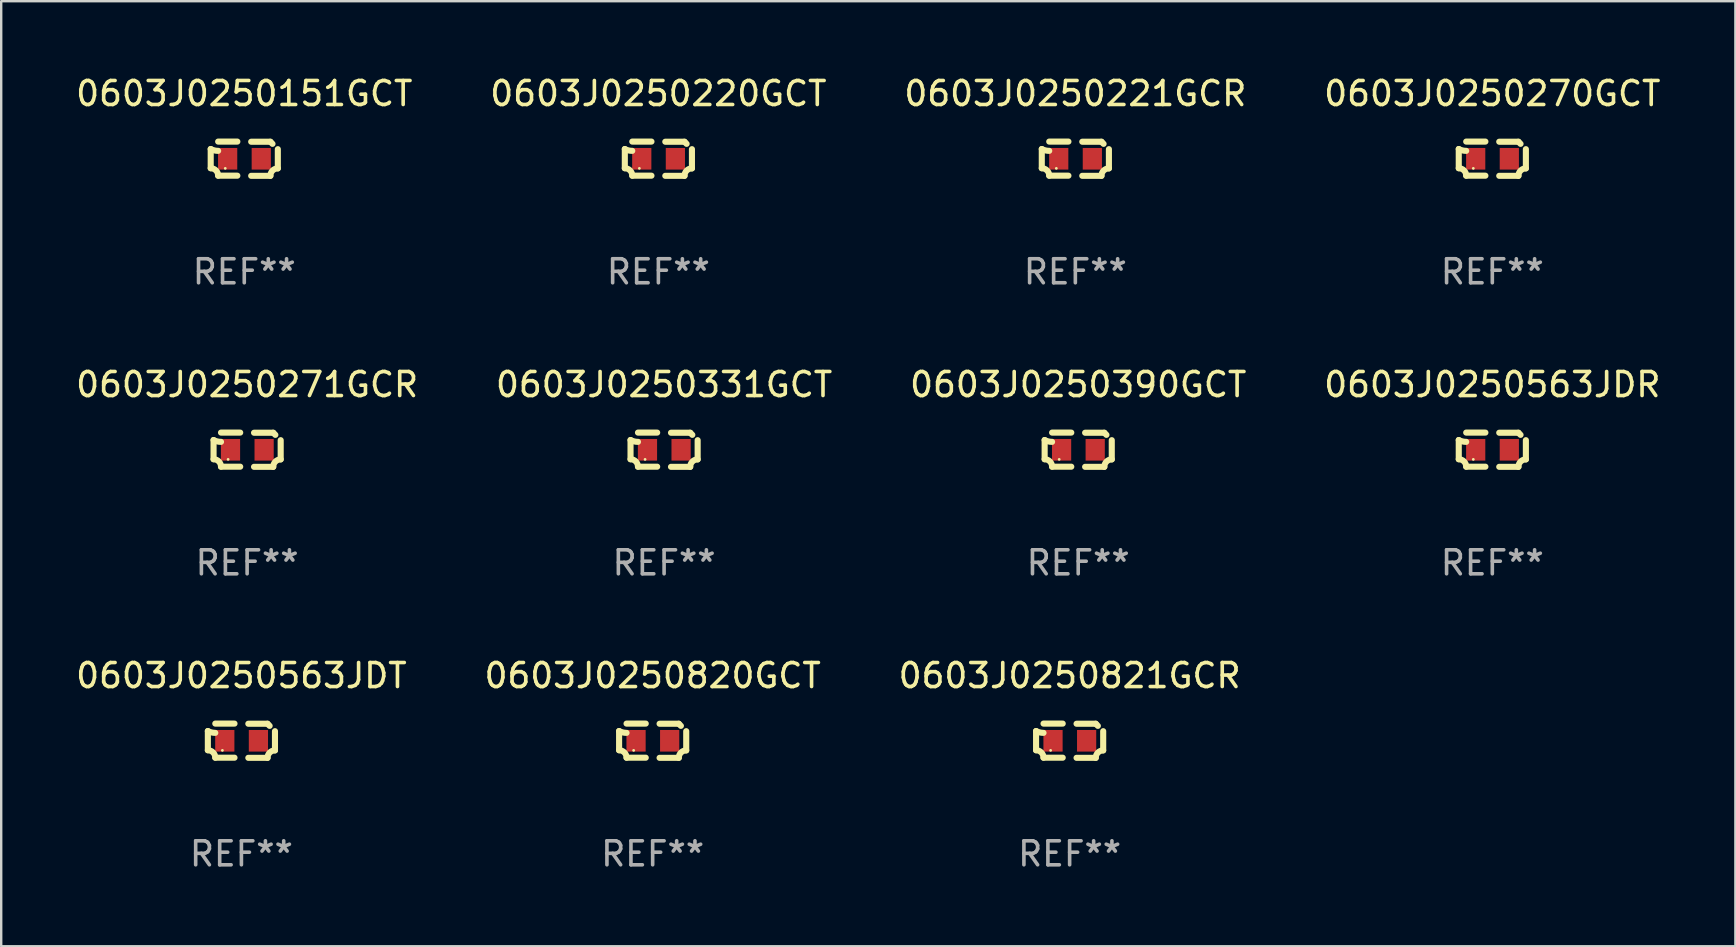
<source format=kicad_pcb>
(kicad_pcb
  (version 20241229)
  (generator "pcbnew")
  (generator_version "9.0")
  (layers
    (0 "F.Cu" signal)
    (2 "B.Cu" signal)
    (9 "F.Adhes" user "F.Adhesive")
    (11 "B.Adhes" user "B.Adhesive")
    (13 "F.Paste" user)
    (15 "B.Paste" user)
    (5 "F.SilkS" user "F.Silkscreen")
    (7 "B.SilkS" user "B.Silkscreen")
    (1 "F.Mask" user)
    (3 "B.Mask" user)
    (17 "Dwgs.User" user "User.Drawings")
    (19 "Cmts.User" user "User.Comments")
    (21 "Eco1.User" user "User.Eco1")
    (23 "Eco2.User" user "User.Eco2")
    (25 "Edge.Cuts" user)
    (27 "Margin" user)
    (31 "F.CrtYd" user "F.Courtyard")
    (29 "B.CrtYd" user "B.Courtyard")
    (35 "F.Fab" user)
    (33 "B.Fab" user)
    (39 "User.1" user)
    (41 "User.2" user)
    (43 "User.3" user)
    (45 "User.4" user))
  (footprint "0603J0250270GCT"
    (layer "F.Cu")
    (at 59.113 3.561)
    (property "Reference" "0603J0250270GCT" (at 0 -2.713 0) (layer "F.SilkS") (effects (font (size 1 1) (thickness 0.15))))
    (attr through_hole)
    (fp_line (start -1.398 -0.403) (end -1.398 0.397) (stroke (width 0.254) (type solid)) (layer "F.SilkS"))
    (fp_line (start -0.288 -0.713) (end -1.088 -0.713) (stroke (width 0.254) (type solid)) (layer "F.SilkS"))
    (fp_line (start -0.288 0.707) (end -1.088 0.707) (stroke (width 0.254) (type solid)) (layer "F.SilkS"))
    (fp_line (start 0.288 -0.707) (end 1.088 -0.707) (stroke (width 0.254) (type solid)) (layer "F.SilkS"))
    (fp_line (start 0.288 0.713) (end 1.088 0.713) (stroke (width 0.254) (type solid)) (layer "F.SilkS"))
    (fp_line (start 1.398 -0.397) (end 1.398 0.403) (stroke (width 0.254) (type solid)) (layer "F.SilkS"))
    (fp_arc (start -1.397789 0.397066) (mid -1.178701 0.487826) (end -1.08796 0.706922) (stroke (width 0.254001) (type solid)) (layer "F.SilkS"))
    (fp_arc (start -1.08796 -0.327176) (mid -1.247436 -0.346384) (end -1.39779 -0.402908) (stroke (width 0.254001) (type solid)) (layer "F.SilkS"))
    (fp_arc (start 1.087909 0.712738) (mid 1.178656 0.493655) (end 1.397739 0.402908) (stroke (width 0.254001) (type solid)) (layer "F.SilkS"))
    (fp_arc (start 1.175925 -0.618926) (mid 1.131917 -0.662923) (end 1.08791 -0.706922) (stroke (width 0.254001) (type solid)) (layer "F.SilkS"))
    (fp_circle (center -0.792 0.403) (end -0.762 0.403) (stroke (width 0.06) (type solid)) (fill no) (layer "F.SilkS"))
    (fp_text user "REF**" (at 0 4.713 0) (layer "F.Fab") (effects (font (size 1 1) (thickness 0.15))))
    (pad "1" smd rect (at -0.692 0.003) (size 0.8 0.9) (layers "F.Cu" "F.Mask" "F.Paste"))
    (pad "2" smd rect (at 0.708 0.003) (size 0.8 0.9) (layers "F.Cu" "F.Mask" "F.Paste")))
  (footprint "0603J0250563JDR"
    (layer "F.Cu")
    (at 59.113 15.683)
    (property "Reference" "0603J0250563JDR" (at 0 -2.713 0) (layer "F.SilkS") (effects (font (size 1 1) (thickness 0.15))))
    (attr through_hole)
    (fp_line (start -1.398 -0.403) (end -1.398 0.397) (stroke (width 0.254) (type solid)) (layer "F.SilkS"))
    (fp_line (start -0.288 -0.713) (end -1.088 -0.713) (stroke (width 0.254) (type solid)) (layer "F.SilkS"))
    (fp_line (start -0.288 0.707) (end -1.088 0.707) (stroke (width 0.254) (type solid)) (layer "F.SilkS"))
    (fp_line (start 0.288 -0.707) (end 1.088 -0.707) (stroke (width 0.254) (type solid)) (layer "F.SilkS"))
    (fp_line (start 0.288 0.713) (end 1.088 0.713) (stroke (width 0.254) (type solid)) (layer "F.SilkS"))
    (fp_line (start 1.398 -0.397) (end 1.398 0.403) (stroke (width 0.254) (type solid)) (layer "F.SilkS"))
    (fp_arc (start -1.397789 0.397066) (mid -1.178701 0.487826) (end -1.08796 0.706922) (stroke (width 0.254001) (type solid)) (layer "F.SilkS"))
    (fp_arc (start -1.08796 -0.327176) (mid -1.247436 -0.346384) (end -1.39779 -0.402908) (stroke (width 0.254001) (type solid)) (layer "F.SilkS"))
    (fp_arc (start 1.087909 0.712738) (mid 1.178656 0.493655) (end 1.397739 0.402908) (stroke (width 0.254001) (type solid)) (layer "F.SilkS"))
    (fp_arc (start 1.175925 -0.618926) (mid 1.131917 -0.662923) (end 1.08791 -0.706922) (stroke (width 0.254001) (type solid)) (layer "F.SilkS"))
    (fp_circle (center -0.792 0.403) (end -0.762 0.403) (stroke (width 0.06) (type solid)) (fill no) (layer "F.SilkS"))
    (fp_text user "REF**" (at 0 4.713 0) (layer "F.Fab") (effects (font (size 1 1) (thickness 0.15))))
    (pad "1" smd rect (at -0.692 0.003) (size 0.8 0.9) (layers "F.Cu" "F.Mask" "F.Paste"))
    (pad "2" smd rect (at 0.708 0.003) (size 0.8 0.9) (layers "F.Cu" "F.Mask" "F.Paste")))
  (footprint "0603J0250151GCT"
    (layer "F.Cu")
    (at 7.125 3.561)
    (property "Reference" "0603J0250151GCT" (at 0 -2.713 0) (layer "F.SilkS") (effects (font (size 1 1) (thickness 0.15))))
    (attr through_hole)
    (fp_line (start -1.398 -0.403) (end -1.398 0.397) (stroke (width 0.254) (type solid)) (layer "F.SilkS"))
    (fp_line (start -0.288 -0.713) (end -1.088 -0.713) (stroke (width 0.254) (type solid)) (layer "F.SilkS"))
    (fp_line (start -0.288 0.707) (end -1.088 0.707) (stroke (width 0.254) (type solid)) (layer "F.SilkS"))
    (fp_line (start 0.288 -0.707) (end 1.088 -0.707) (stroke (width 0.254) (type solid)) (layer "F.SilkS"))
    (fp_line (start 0.288 0.713) (end 1.088 0.713) (stroke (width 0.254) (type solid)) (layer "F.SilkS"))
    (fp_line (start 1.398 -0.397) (end 1.398 0.403) (stroke (width 0.254) (type solid)) (layer "F.SilkS"))
    (fp_arc (start -1.397789 0.397066) (mid -1.178701 0.487826) (end -1.08796 0.706922) (stroke (width 0.254001) (type solid)) (layer "F.SilkS"))
    (fp_arc (start -1.08796 -0.327176) (mid -1.247436 -0.346384) (end -1.39779 -0.402908) (stroke (width 0.254001) (type solid)) (layer "F.SilkS"))
    (fp_arc (start 1.087909 0.712738) (mid 1.178656 0.493655) (end 1.397739 0.402908) (stroke (width 0.254001) (type solid)) (layer "F.SilkS"))
    (fp_arc (start 1.175925 -0.618926) (mid 1.131917 -0.662923) (end 1.08791 -0.706922) (stroke (width 0.254001) (type solid)) (layer "F.SilkS"))
    (fp_circle (center -0.792 0.403) (end -0.762 0.403) (stroke (width 0.06) (type solid)) (fill no) (layer "F.SilkS"))
    (fp_text user "REF**" (at 0 4.713 0) (layer "F.Fab") (effects (font (size 1 1) (thickness 0.15))))
    (pad "1" smd rect (at -0.692 0.003) (size 0.8 0.9) (layers "F.Cu" "F.Mask" "F.Paste"))
    (pad "2" smd rect (at 0.708 0.003) (size 0.8 0.9) (layers "F.Cu" "F.Mask" "F.Paste")))
  (footprint "0603J0250821GCR"
    (layer "F.Cu")
    (at 41.506 27.805)
    (property "Reference" "0603J0250821GCR" (at 0 -2.713 0) (layer "F.SilkS") (effects (font (size 1 1) (thickness 0.15))))
    (attr through_hole)
    (fp_line (start -1.398 -0.403) (end -1.398 0.397) (stroke (width 0.254) (type solid)) (layer "F.SilkS"))
    (fp_line (start -0.288 -0.713) (end -1.088 -0.713) (stroke (width 0.254) (type solid)) (layer "F.SilkS"))
    (fp_line (start -0.288 0.707) (end -1.088 0.707) (stroke (width 0.254) (type solid)) (layer "F.SilkS"))
    (fp_line (start 0.288 -0.707) (end 1.088 -0.707) (stroke (width 0.254) (type solid)) (layer "F.SilkS"))
    (fp_line (start 0.288 0.713) (end 1.088 0.713) (stroke (width 0.254) (type solid)) (layer "F.SilkS"))
    (fp_line (start 1.398 -0.397) (end 1.398 0.403) (stroke (width 0.254) (type solid)) (layer "F.SilkS"))
    (fp_arc (start -1.397789 0.397066) (mid -1.178701 0.487826) (end -1.08796 0.706922) (stroke (width 0.254001) (type solid)) (layer "F.SilkS"))
    (fp_arc (start -1.08796 -0.327176) (mid -1.247436 -0.346384) (end -1.39779 -0.402908) (stroke (width 0.254001) (type solid)) (layer "F.SilkS"))
    (fp_arc (start 1.087909 0.712738) (mid 1.178656 0.493655) (end 1.397739 0.402908) (stroke (width 0.254001) (type solid)) (layer "F.SilkS"))
    (fp_arc (start 1.175925 -0.618926) (mid 1.131917 -0.662923) (end 1.08791 -0.706922) (stroke (width 0.254001) (type solid)) (layer "F.SilkS"))
    (fp_circle (center -0.792 0.403) (end -0.762 0.403) (stroke (width 0.06) (type solid)) (fill no) (layer "F.SilkS"))
    (fp_text user "REF**" (at 0 4.713 0) (layer "F.Fab") (effects (font (size 1 1) (thickness 0.15))))
    (pad "1" smd rect (at -0.692 0.003) (size 0.8 0.9) (layers "F.Cu" "F.Mask" "F.Paste"))
    (pad "2" smd rect (at 0.708 0.003) (size 0.8 0.9) (layers "F.Cu" "F.Mask" "F.Paste")))
  (footprint "0603J0250331GCT"
    (layer "F.Cu")
    (at 24.613 15.683)
    (property "Reference" "0603J0250331GCT" (at 0 -2.713 0) (layer "F.SilkS") (effects (font (size 1 1) (thickness 0.15))))
    (attr through_hole)
    (fp_line (start -1.398 -0.403) (end -1.398 0.397) (stroke (width 0.254) (type solid)) (layer "F.SilkS"))
    (fp_line (start -0.288 -0.713) (end -1.088 -0.713) (stroke (width 0.254) (type solid)) (layer "F.SilkS"))
    (fp_line (start -0.288 0.707) (end -1.088 0.707) (stroke (width 0.254) (type solid)) (layer "F.SilkS"))
    (fp_line (start 0.288 -0.707) (end 1.088 -0.707) (stroke (width 0.254) (type solid)) (layer "F.SilkS"))
    (fp_line (start 0.288 0.713) (end 1.088 0.713) (stroke (width 0.254) (type solid)) (layer "F.SilkS"))
    (fp_line (start 1.398 -0.397) (end 1.398 0.403) (stroke (width 0.254) (type solid)) (layer "F.SilkS"))
    (fp_arc (start -1.397789 0.397066) (mid -1.178701 0.487826) (end -1.08796 0.706922) (stroke (width 0.254001) (type solid)) (layer "F.SilkS"))
    (fp_arc (start -1.08796 -0.327176) (mid -1.247436 -0.346384) (end -1.39779 -0.402908) (stroke (width 0.254001) (type solid)) (layer "F.SilkS"))
    (fp_arc (start 1.087909 0.712738) (mid 1.178656 0.493655) (end 1.397739 0.402908) (stroke (width 0.254001) (type solid)) (layer "F.SilkS"))
    (fp_arc (start 1.175925 -0.618926) (mid 1.131917 -0.662923) (end 1.08791 -0.706922) (stroke (width 0.254001) (type solid)) (layer "F.SilkS"))
    (fp_circle (center -0.792 0.403) (end -0.762 0.403) (stroke (width 0.06) (type solid)) (fill no) (layer "F.SilkS"))
    (fp_text user "REF**" (at 0 4.713 0) (layer "F.Fab") (effects (font (size 1 1) (thickness 0.15))))
    (pad "1" smd rect (at -0.692 0.003) (size 0.8 0.9) (layers "F.Cu" "F.Mask" "F.Paste"))
    (pad "2" smd rect (at 0.708 0.003) (size 0.8 0.9) (layers "F.Cu" "F.Mask" "F.Paste")))
  (footprint "0603J0250820GCT"
    (layer "F.Cu")
    (at 24.137 27.805)
    (property "Reference" "0603J0250820GCT" (at 0 -2.713 0) (layer "F.SilkS") (effects (font (size 1 1) (thickness 0.15))))
    (attr through_hole)
    (fp_line (start -1.398 -0.403) (end -1.398 0.397) (stroke (width 0.254) (type solid)) (layer "F.SilkS"))
    (fp_line (start -0.288 -0.713) (end -1.088 -0.713) (stroke (width 0.254) (type solid)) (layer "F.SilkS"))
    (fp_line (start -0.288 0.707) (end -1.088 0.707) (stroke (width 0.254) (type solid)) (layer "F.SilkS"))
    (fp_line (start 0.288 -0.707) (end 1.088 -0.707) (stroke (width 0.254) (type solid)) (layer "F.SilkS"))
    (fp_line (start 0.288 0.713) (end 1.088 0.713) (stroke (width 0.254) (type solid)) (layer "F.SilkS"))
    (fp_line (start 1.398 -0.397) (end 1.398 0.403) (stroke (width 0.254) (type solid)) (layer "F.SilkS"))
    (fp_arc (start -1.397789 0.397066) (mid -1.178701 0.487826) (end -1.08796 0.706922) (stroke (width 0.254001) (type solid)) (layer "F.SilkS"))
    (fp_arc (start -1.08796 -0.327176) (mid -1.247436 -0.346384) (end -1.39779 -0.402908) (stroke (width 0.254001) (type solid)) (layer "F.SilkS"))
    (fp_arc (start 1.087909 0.712738) (mid 1.178656 0.493655) (end 1.397739 0.402908) (stroke (width 0.254001) (type solid)) (layer "F.SilkS"))
    (fp_arc (start 1.175925 -0.618926) (mid 1.131917 -0.662923) (end 1.08791 -0.706922) (stroke (width 0.254001) (type solid)) (layer "F.SilkS"))
    (fp_circle (center -0.792 0.403) (end -0.762 0.403) (stroke (width 0.06) (type solid)) (fill no) (layer "F.SilkS"))
    (fp_text user "REF**" (at 0 4.713 0) (layer "F.Fab") (effects (font (size 1 1) (thickness 0.15))))
    (pad "1" smd rect (at -0.692 0.003) (size 0.8 0.9) (layers "F.Cu" "F.Mask" "F.Paste"))
    (pad "2" smd rect (at 0.708 0.003) (size 0.8 0.9) (layers "F.Cu" "F.Mask" "F.Paste")))
  (footprint "0603J0250220GCT"
    (layer "F.Cu")
    (at 24.375 3.561)
    (property "Reference" "0603J0250220GCT" (at 0 -2.713 0) (layer "F.SilkS") (effects (font (size 1 1) (thickness 0.15))))
    (attr through_hole)
    (fp_line (start -1.398 -0.403) (end -1.398 0.397) (stroke (width 0.254) (type solid)) (layer "F.SilkS"))
    (fp_line (start -0.288 -0.713) (end -1.088 -0.713) (stroke (width 0.254) (type solid)) (layer "F.SilkS"))
    (fp_line (start -0.288 0.707) (end -1.088 0.707) (stroke (width 0.254) (type solid)) (layer "F.SilkS"))
    (fp_line (start 0.288 -0.707) (end 1.088 -0.707) (stroke (width 0.254) (type solid)) (layer "F.SilkS"))
    (fp_line (start 0.288 0.713) (end 1.088 0.713) (stroke (width 0.254) (type solid)) (layer "F.SilkS"))
    (fp_line (start 1.398 -0.397) (end 1.398 0.403) (stroke (width 0.254) (type solid)) (layer "F.SilkS"))
    (fp_arc (start -1.397789 0.397066) (mid -1.178701 0.487826) (end -1.08796 0.706922) (stroke (width 0.254001) (type solid)) (layer "F.SilkS"))
    (fp_arc (start -1.08796 -0.327176) (mid -1.247436 -0.346384) (end -1.39779 -0.402908) (stroke (width 0.254001) (type solid)) (layer "F.SilkS"))
    (fp_arc (start 1.087909 0.712738) (mid 1.178656 0.493655) (end 1.397739 0.402908) (stroke (width 0.254001) (type solid)) (layer "F.SilkS"))
    (fp_arc (start 1.175925 -0.618926) (mid 1.131917 -0.662923) (end 1.08791 -0.706922) (stroke (width 0.254001) (type solid)) (layer "F.SilkS"))
    (fp_circle (center -0.792 0.403) (end -0.762 0.403) (stroke (width 0.06) (type solid)) (fill no) (layer "F.SilkS"))
    (fp_text user "REF**" (at 0 4.713 0) (layer "F.Fab") (effects (font (size 1 1) (thickness 0.15))))
    (pad "1" smd rect (at -0.692 0.003) (size 0.8 0.9) (layers "F.Cu" "F.Mask" "F.Paste"))
    (pad "2" smd rect (at 0.708 0.003) (size 0.8 0.9) (layers "F.Cu" "F.Mask" "F.Paste")))
  (footprint "0603J0250271GCR"
    (layer "F.Cu")
    (at 7.244 15.683)
    (property "Reference" "0603J0250271GCR" (at 0 -2.713 0) (layer "F.SilkS") (effects (font (size 1 1) (thickness 0.15))))
    (attr through_hole)
    (fp_line (start -1.398 -0.403) (end -1.398 0.397) (stroke (width 0.254) (type solid)) (layer "F.SilkS"))
    (fp_line (start -0.288 -0.713) (end -1.088 -0.713) (stroke (width 0.254) (type solid)) (layer "F.SilkS"))
    (fp_line (start -0.288 0.707) (end -1.088 0.707) (stroke (width 0.254) (type solid)) (layer "F.SilkS"))
    (fp_line (start 0.288 -0.707) (end 1.088 -0.707) (stroke (width 0.254) (type solid)) (layer "F.SilkS"))
    (fp_line (start 0.288 0.713) (end 1.088 0.713) (stroke (width 0.254) (type solid)) (layer "F.SilkS"))
    (fp_line (start 1.398 -0.397) (end 1.398 0.403) (stroke (width 0.254) (type solid)) (layer "F.SilkS"))
    (fp_arc (start -1.397789 0.397066) (mid -1.178701 0.487826) (end -1.08796 0.706922) (stroke (width 0.254001) (type solid)) (layer "F.SilkS"))
    (fp_arc (start -1.08796 -0.327176) (mid -1.247436 -0.346384) (end -1.39779 -0.402908) (stroke (width 0.254001) (type solid)) (layer "F.SilkS"))
    (fp_arc (start 1.087909 0.712738) (mid 1.178656 0.493655) (end 1.397739 0.402908) (stroke (width 0.254001) (type solid)) (layer "F.SilkS"))
    (fp_arc (start 1.175925 -0.618926) (mid 1.131917 -0.662923) (end 1.08791 -0.706922) (stroke (width 0.254001) (type solid)) (layer "F.SilkS"))
    (fp_circle (center -0.792 0.403) (end -0.762 0.403) (stroke (width 0.06) (type solid)) (fill no) (layer "F.SilkS"))
    (fp_text user "REF**" (at 0 4.713 0) (layer "F.Fab") (effects (font (size 1 1) (thickness 0.15))))
    (pad "1" smd rect (at -0.692 0.003) (size 0.8 0.9) (layers "F.Cu" "F.Mask" "F.Paste"))
    (pad "2" smd rect (at 0.708 0.003) (size 0.8 0.9) (layers "F.Cu" "F.Mask" "F.Paste")))
  (footprint "0603J0250563JDT"
    (layer "F.Cu")
    (at 7.006 27.805)
    (property "Reference" "0603J0250563JDT" (at 0 -2.713 0) (layer "F.SilkS") (effects (font (size 1 1) (thickness 0.15))))
    (attr through_hole)
    (fp_line (start -1.398 -0.403) (end -1.398 0.397) (stroke (width 0.254) (type solid)) (layer "F.SilkS"))
    (fp_line (start -0.288 -0.713) (end -1.088 -0.713) (stroke (width 0.254) (type solid)) (layer "F.SilkS"))
    (fp_line (start -0.288 0.707) (end -1.088 0.707) (stroke (width 0.254) (type solid)) (layer "F.SilkS"))
    (fp_line (start 0.288 -0.707) (end 1.088 -0.707) (stroke (width 0.254) (type solid)) (layer "F.SilkS"))
    (fp_line (start 0.288 0.713) (end 1.088 0.713) (stroke (width 0.254) (type solid)) (layer "F.SilkS"))
    (fp_line (start 1.398 -0.397) (end 1.398 0.403) (stroke (width 0.254) (type solid)) (layer "F.SilkS"))
    (fp_arc (start -1.397789 0.397066) (mid -1.178701 0.487826) (end -1.08796 0.706922) (stroke (width 0.254001) (type solid)) (layer "F.SilkS"))
    (fp_arc (start -1.08796 -0.327176) (mid -1.247436 -0.346384) (end -1.39779 -0.402908) (stroke (width 0.254001) (type solid)) (layer "F.SilkS"))
    (fp_arc (start 1.087909 0.712738) (mid 1.178656 0.493655) (end 1.397739 0.402908) (stroke (width 0.254001) (type solid)) (layer "F.SilkS"))
    (fp_arc (start 1.175925 -0.618926) (mid 1.131917 -0.662923) (end 1.08791 -0.706922) (stroke (width 0.254001) (type solid)) (layer "F.SilkS"))
    (fp_circle (center -0.792 0.403) (end -0.762 0.403) (stroke (width 0.06) (type solid)) (fill no) (layer "F.SilkS"))
    (fp_text user "REF**" (at 0 4.713 0) (layer "F.Fab") (effects (font (size 1 1) (thickness 0.15))))
    (pad "1" smd rect (at -0.692 0.003) (size 0.8 0.9) (layers "F.Cu" "F.Mask" "F.Paste"))
    (pad "2" smd rect (at 0.708 0.003) (size 0.8 0.9) (layers "F.Cu" "F.Mask" "F.Paste")))
  (footprint "0603J0250390GCT"
    (layer "F.Cu")
    (at 41.863 15.683)
    (property "Reference" "0603J0250390GCT" (at 0 -2.713 0) (layer "F.SilkS") (effects (font (size 1 1) (thickness 0.15))))
    (attr through_hole)
    (fp_line (start -1.398 -0.403) (end -1.398 0.397) (stroke (width 0.254) (type solid)) (layer "F.SilkS"))
    (fp_line (start -0.288 -0.713) (end -1.088 -0.713) (stroke (width 0.254) (type solid)) (layer "F.SilkS"))
    (fp_line (start -0.288 0.707) (end -1.088 0.707) (stroke (width 0.254) (type solid)) (layer "F.SilkS"))
    (fp_line (start 0.288 -0.707) (end 1.088 -0.707) (stroke (width 0.254) (type solid)) (layer "F.SilkS"))
    (fp_line (start 0.288 0.713) (end 1.088 0.713) (stroke (width 0.254) (type solid)) (layer "F.SilkS"))
    (fp_line (start 1.398 -0.397) (end 1.398 0.403) (stroke (width 0.254) (type solid)) (layer "F.SilkS"))
    (fp_arc (start -1.397789 0.397066) (mid -1.178701 0.487826) (end -1.08796 0.706922) (stroke (width 0.254001) (type solid)) (layer "F.SilkS"))
    (fp_arc (start -1.08796 -0.327176) (mid -1.247436 -0.346384) (end -1.39779 -0.402908) (stroke (width 0.254001) (type solid)) (layer "F.SilkS"))
    (fp_arc (start 1.087909 0.712738) (mid 1.178656 0.493655) (end 1.397739 0.402908) (stroke (width 0.254001) (type solid)) (layer "F.SilkS"))
    (fp_arc (start 1.175925 -0.618926) (mid 1.131917 -0.662923) (end 1.08791 -0.706922) (stroke (width 0.254001) (type solid)) (layer "F.SilkS"))
    (fp_circle (center -0.792 0.403) (end -0.762 0.403) (stroke (width 0.06) (type solid)) (fill no) (layer "F.SilkS"))
    (fp_text user "REF**" (at 0 4.713 0) (layer "F.Fab") (effects (font (size 1 1) (thickness 0.15))))
    (pad "1" smd rect (at -0.692 0.003) (size 0.8 0.9) (layers "F.Cu" "F.Mask" "F.Paste"))
    (pad "2" smd rect (at 0.708 0.003) (size 0.8 0.9) (layers "F.Cu" "F.Mask" "F.Paste")))
  (footprint "0603J0250221GCR"
    (layer "F.Cu")
    (at 41.744 3.561)
    (property "Reference" "0603J0250221GCR" (at 0 -2.713 0) (layer "F.SilkS") (effects (font (size 1 1) (thickness 0.15))))
    (attr through_hole)
    (fp_line (start -1.398 -0.403) (end -1.398 0.397) (stroke (width 0.254) (type solid)) (layer "F.SilkS"))
    (fp_line (start -0.288 -0.713) (end -1.088 -0.713) (stroke (width 0.254) (type solid)) (layer "F.SilkS"))
    (fp_line (start -0.288 0.707) (end -1.088 0.707) (stroke (width 0.254) (type solid)) (layer "F.SilkS"))
    (fp_line (start 0.288 -0.707) (end 1.088 -0.707) (stroke (width 0.254) (type solid)) (layer "F.SilkS"))
    (fp_line (start 0.288 0.713) (end 1.088 0.713) (stroke (width 0.254) (type solid)) (layer "F.SilkS"))
    (fp_line (start 1.398 -0.397) (end 1.398 0.403) (stroke (width 0.254) (type solid)) (layer "F.SilkS"))
    (fp_arc (start -1.397789 0.397066) (mid -1.178701 0.487826) (end -1.08796 0.706922) (stroke (width 0.254001) (type solid)) (layer "F.SilkS"))
    (fp_arc (start -1.08796 -0.327176) (mid -1.247436 -0.346384) (end -1.39779 -0.402908) (stroke (width 0.254001) (type solid)) (layer "F.SilkS"))
    (fp_arc (start 1.087909 0.712738) (mid 1.178656 0.493655) (end 1.397739 0.402908) (stroke (width 0.254001) (type solid)) (layer "F.SilkS"))
    (fp_arc (start 1.175925 -0.618926) (mid 1.131917 -0.662923) (end 1.08791 -0.706922) (stroke (width 0.254001) (type solid)) (layer "F.SilkS"))
    (fp_circle (center -0.792 0.403) (end -0.762 0.403) (stroke (width 0.06) (type solid)) (fill no) (layer "F.SilkS"))
    (fp_text user "REF**" (at 0 4.713 0) (layer "F.Fab") (effects (font (size 1 1) (thickness 0.15))))
    (pad "1" smd rect (at -0.692 0.003) (size 0.8 0.9) (layers "F.Cu" "F.Mask" "F.Paste"))
    (pad "2" smd rect (at 0.708 0.003) (size 0.8 0.9) (layers "F.Cu" "F.Mask" "F.Paste")))
  (gr_rect
    (start -3 -3)
    (end 69.238 36.366)
    (stroke (width 0.1) (type default))
    (fill no)
    (layer "Edge.Cuts")))
</source>
